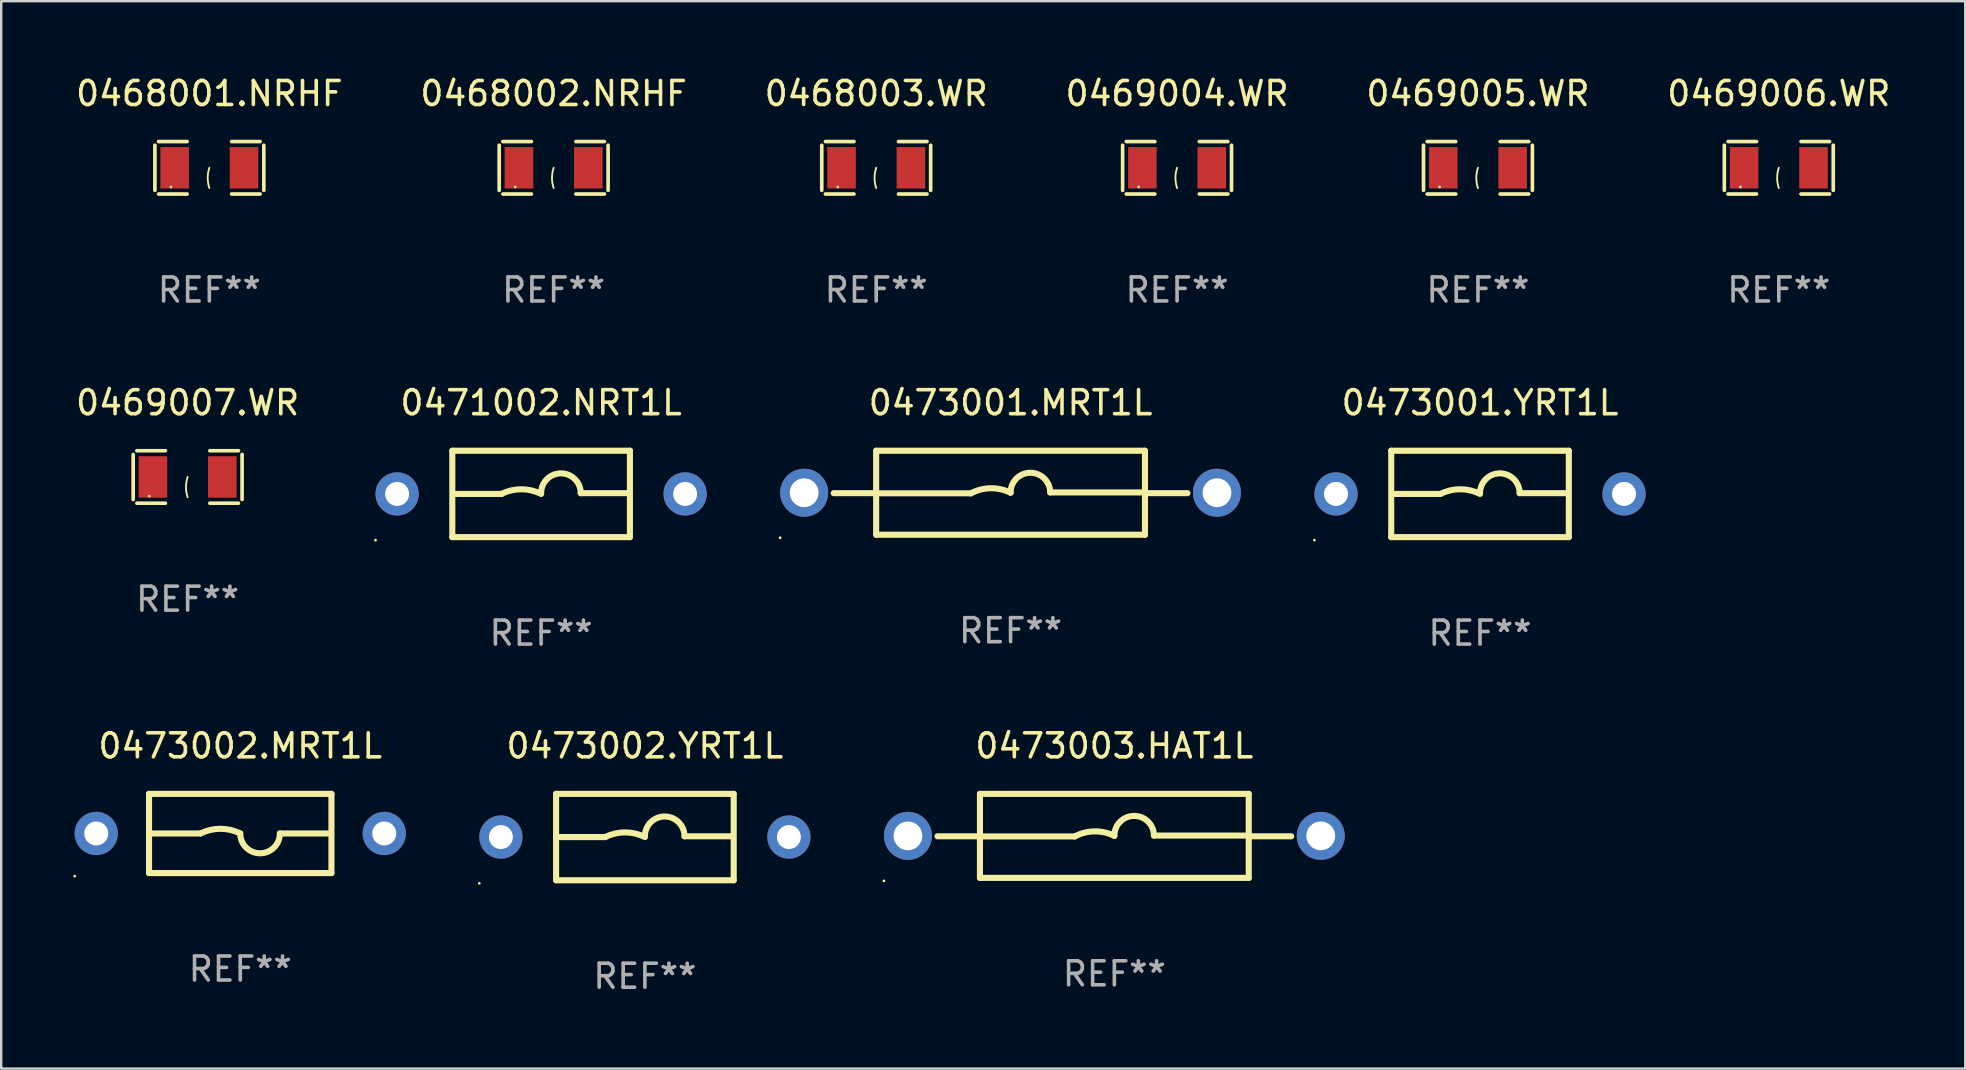
<source format=kicad_pcb>
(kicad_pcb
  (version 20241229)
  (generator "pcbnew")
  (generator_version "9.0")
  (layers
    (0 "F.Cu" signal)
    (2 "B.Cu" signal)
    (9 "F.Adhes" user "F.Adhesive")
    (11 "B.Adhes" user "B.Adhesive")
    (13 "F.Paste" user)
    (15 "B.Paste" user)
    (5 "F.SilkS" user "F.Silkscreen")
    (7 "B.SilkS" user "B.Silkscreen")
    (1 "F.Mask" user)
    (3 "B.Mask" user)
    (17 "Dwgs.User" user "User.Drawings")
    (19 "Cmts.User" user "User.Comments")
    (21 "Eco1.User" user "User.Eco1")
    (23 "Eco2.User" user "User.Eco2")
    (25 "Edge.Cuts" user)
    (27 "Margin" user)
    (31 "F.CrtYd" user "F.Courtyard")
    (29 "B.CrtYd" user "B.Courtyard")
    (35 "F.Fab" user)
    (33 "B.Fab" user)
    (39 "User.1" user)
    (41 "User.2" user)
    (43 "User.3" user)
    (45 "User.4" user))
  (footprint "0468003.WR"
    (layer "F.Cu")
    (at 33.458 3.941)
    (property "Reference" "0468003.WR" (at 0 -3.093 0) (layer "F.SilkS") (effects (font (size 1 1) (thickness 0.15))))
    (attr through_hole)
    (fp_line (start -2.269 -0.94) (end -2.269 0.94) (stroke (width 0.152) (type solid)) (layer "F.SilkS"))
    (fp_line (start -2.116 1.093) (end -0.926 1.093) (stroke (width 0.152) (type solid)) (layer "F.SilkS"))
    (fp_line (start -0.926 -1.093) (end -2.116 -1.093) (stroke (width 0.152) (type solid)) (layer "F.SilkS"))
    (fp_line (start 0.926 -1.093) (end 2.116 -1.093) (stroke (width 0.152) (type solid)) (layer "F.SilkS"))
    (fp_line (start 2.116 1.093) (end 0.926 1.093) (stroke (width 0.152) (type solid)) (layer "F.SilkS"))
    (fp_line (start 2.269 -0.94) (end 2.269 0.94) (stroke (width 0.152) (type solid)) (layer "F.SilkS"))
    (fp_arc (start 0 0.844951) (mid -0.068559 0.422475) (end 0 0) (stroke (width 0.0762) (type solid)) (layer "F.SilkS"))
    (fp_circle (center -1.6 0.8) (end -1.57 0.8) (stroke (width 0.06) (type solid)) (fill no) (layer "F.SilkS"))
    (fp_text user "REF**" (at 0 5.093 0) (layer "F.Fab") (effects (font (size 1 1) (thickness 0.15))))
    (pad "1" smd rect (at -1.445 0) (size 1.19 1.728) (layers "F.Cu" "F.Mask" "F.Paste"))
    (pad "2" smd rect (at 1.445 0) (size 1.19 1.728) (layers "F.Cu" "F.Mask" "F.Paste")))
  (footprint "0473003.HAT1L"
    (layer "F.Cu")
    (at 43.38 31.777)
    (property "Reference" "0473003.HAT1L" (at 0 -3.75 0) (layer "F.SilkS") (effects (font (size 1 1) (thickness 0.15))))
    (attr through_hole)
    (fp_line (start -5.6 0.018) (end -7.369 0.018) (stroke (width 0.254) (type solid)) (layer "F.SilkS"))
    (fp_line (start -5.6 0.024) (end -1.651 0.024) (stroke (width 0.254) (type solid)) (layer "F.SilkS"))
    (fp_line (start -5.6 1.75) (end -5.6 -1.75) (stroke (width 0.254) (type solid)) (layer "F.SilkS"))
    (fp_line (start 5.6 -1.75) (end -5.6 -1.75) (stroke (width 0.254) (type solid)) (layer "F.SilkS"))
    (fp_line (start 5.6 -1.75) (end 5.6 1.75) (stroke (width 0.254) (type solid)) (layer "F.SilkS"))
    (fp_line (start 5.6 -0.012) (end 1.651 -0.012) (stroke (width 0.254) (type solid)) (layer "F.SilkS"))
    (fp_line (start 5.6 0.018) (end 7.369 0.018) (stroke (width 0.254) (type solid)) (layer "F.SilkS"))
    (fp_line (start 5.6 1.75) (end -5.6 1.75) (stroke (width 0.254) (type solid)) (layer "F.SilkS"))
    (fp_arc (start -1.651003 0.024359) (mid -0.828434 -0.186556) (end 0 0.000001) (stroke (width 0.254001) (type solid)) (layer "F.SilkS"))
    (fp_arc (start 0.000001 -0.000001) (mid 0.819576 -0.82554) (end 1.651003 -0.011938) (stroke (width 0.254001) (type solid)) (layer "F.SilkS"))
    (fp_circle (center -9.6 1.877) (end -9.57 1.877) (stroke (width 0.06) (type solid)) (fill no) (layer "F.SilkS"))
    (fp_text user "REF**" (at 0 5.75 0) (layer "F.Fab") (effects (font (size 1 1) (thickness 0.15))))
    (pad "1" thru_hole circle (at -8.6 0) (size 2 2) (drill 1.2) (layers "*.Cu" "*.Mask"))
    (pad "2" thru_hole circle (at 8.6 0) (size 2 2) (drill 1.2) (layers "*.Cu" "*.Mask")))
  (footprint "0471002.NRT1L"
    (layer "F.Cu")
    (at 19.496 17.53)
    (property "Reference" "0471002.NRT1L" (at 0 -3.8 0) (layer "F.SilkS") (effects (font (size 1 1) (thickness 0.15))))
    (attr through_hole)
    (fp_line (start -3.7 -1.8) (end -3.7 1.8) (stroke (width 0.254) (type solid)) (layer "F.SilkS"))
    (fp_line (start -3.7 -1.8) (end 3.7 -1.8) (stroke (width 0.254) (type solid)) (layer "F.SilkS"))
    (fp_line (start -3.7 1.8) (end 3.7 1.8) (stroke (width 0.254) (type solid)) (layer "F.SilkS"))
    (fp_line (start -3.556 0) (end -1.651 0) (stroke (width 0.254) (type solid)) (layer "F.SilkS"))
    (fp_line (start 3.556 -0.032) (end 1.651 -0.032) (stroke (width 0.254) (type solid)) (layer "F.SilkS"))
    (fp_line (start 3.7 -1.8) (end 3.7 1.8) (stroke (width 0.254) (type solid)) (layer "F.SilkS"))
    (fp_arc (start -1.651003 0) (mid -0.825502 -0.194874) (end 0 0) (stroke (width 0.254001) (type solid)) (layer "F.SilkS"))
    (fp_arc (start 0.000025 -0.031699) (mid 0.825527 -0.857201) (end 1.651029 -0.031699) (stroke (width 0.254001) (type solid)) (layer "F.SilkS"))
    (fp_circle (center -6.9 1.927) (end -6.87 1.927) (stroke (width 0.06) (type solid)) (fill no) (layer "F.SilkS"))
    (fp_text user "REF**" (at 0 5.8 0) (layer "F.Fab") (effects (font (size 1 1) (thickness 0.15))))
    (pad "1" thru_hole circle (at -6 0) (size 1.8 1.8) (drill 1) (layers "*.Cu" "*.Mask"))
    (pad "2" thru_hole circle (at 6 0) (size 1.8 1.8) (drill 1) (layers "*.Cu" "*.Mask")))
  (footprint "0469004.WR"
    (layer "F.Cu")
    (at 45.994 3.941)
    (property "Reference" "0469004.WR" (at 0 -3.093 0) (layer "F.SilkS") (effects (font (size 1 1) (thickness 0.15))))
    (attr through_hole)
    (fp_line (start -2.269 -0.94) (end -2.269 0.94) (stroke (width 0.152) (type solid)) (layer "F.SilkS"))
    (fp_line (start -2.116 1.093) (end -0.926 1.093) (stroke (width 0.152) (type solid)) (layer "F.SilkS"))
    (fp_line (start -0.926 -1.093) (end -2.116 -1.093) (stroke (width 0.152) (type solid)) (layer "F.SilkS"))
    (fp_line (start 0.926 -1.093) (end 2.116 -1.093) (stroke (width 0.152) (type solid)) (layer "F.SilkS"))
    (fp_line (start 2.116 1.093) (end 0.926 1.093) (stroke (width 0.152) (type solid)) (layer "F.SilkS"))
    (fp_line (start 2.269 -0.94) (end 2.269 0.94) (stroke (width 0.152) (type solid)) (layer "F.SilkS"))
    (fp_arc (start 0 0.844951) (mid -0.068559 0.422475) (end 0 0) (stroke (width 0.0762) (type solid)) (layer "F.SilkS"))
    (fp_circle (center -1.6 0.8) (end -1.57 0.8) (stroke (width 0.06) (type solid)) (fill no) (layer "F.SilkS"))
    (fp_text user "REF**" (at 0 5.093 0) (layer "F.Fab") (effects (font (size 1 1) (thickness 0.15))))
    (pad "1" smd rect (at -1.445 0) (size 1.19 1.728) (layers "F.Cu" "F.Mask" "F.Paste"))
    (pad "2" smd rect (at 1.445 0) (size 1.19 1.728) (layers "F.Cu" "F.Mask" "F.Paste")))
  (footprint "0473002.MRT1L"
    (layer "F.Cu")
    (at 6.96 31.677)
    (property "Reference" "0473002.MRT1L" (at 0 -3.65 0) (layer "F.SilkS") (effects (font (size 1 1) (thickness 0.15))))
    (attr through_hole)
    (fp_line (start -3.8 -1.65) (end 3.8 -1.65) (stroke (width 0.254) (type solid)) (layer "F.SilkS"))
    (fp_line (start -3.8 1.65) (end -3.8 -1.65) (stroke (width 0.254) (type solid)) (layer "F.SilkS"))
    (fp_line (start -3.8 1.65) (end 3.8 1.65) (stroke (width 0.254) (type solid)) (layer "F.SilkS"))
    (fp_line (start -3.683 0) (end -1.651 0) (stroke (width 0.254) (type solid)) (layer "F.SilkS"))
    (fp_line (start 3.683 0) (end 1.651 0) (stroke (width 0.254) (type solid)) (layer "F.SilkS"))
    (fp_line (start 3.8 -1.65) (end 3.8 1.65) (stroke (width 0.254) (type solid)) (layer "F.SilkS"))
    (fp_arc (start -1.651003 0) (mid -0.825502 -0.194874) (end 0 0) (stroke (width 0.254001) (type solid)) (layer "F.SilkS"))
    (fp_arc (start 1.651003 0) (mid 0.825502 0.825501) (end 0.000001 0) (stroke (width 0.254001) (type solid)) (layer "F.SilkS"))
    (fp_circle (center -6.9 1.777) (end -6.87 1.777) (stroke (width 0.06) (type solid)) (fill no) (layer "F.SilkS"))
    (fp_text user "REF**" (at 0 5.65 0) (layer "F.Fab") (effects (font (size 1 1) (thickness 0.15))))
    (pad "1" thru_hole circle (at -6 0) (size 1.8 1.8) (drill 1) (layers "*.Cu" "*.Mask"))
    (pad "2" thru_hole circle (at 6 0) (size 1.8 1.8) (drill 1) (layers "*.Cu" "*.Mask")))
  (footprint "0473002.YRT1L"
    (layer "F.Cu")
    (at 23.82 31.827)
    (property "Reference" "0473002.YRT1L" (at 0 -3.8 0) (layer "F.SilkS") (effects (font (size 1 1) (thickness 0.15))))
    (attr through_hole)
    (fp_line (start -3.7 -1.8) (end -3.7 1.8) (stroke (width 0.254) (type solid)) (layer "F.SilkS"))
    (fp_line (start -3.7 -1.8) (end 3.7 -1.8) (stroke (width 0.254) (type solid)) (layer "F.SilkS"))
    (fp_line (start -3.7 1.8) (end 3.7 1.8) (stroke (width 0.254) (type solid)) (layer "F.SilkS"))
    (fp_line (start -3.556 0) (end -1.651 0) (stroke (width 0.254) (type solid)) (layer "F.SilkS"))
    (fp_line (start 3.556 -0.032) (end 1.651 -0.032) (stroke (width 0.254) (type solid)) (layer "F.SilkS"))
    (fp_line (start 3.7 -1.8) (end 3.7 1.8) (stroke (width 0.254) (type solid)) (layer "F.SilkS"))
    (fp_arc (start -1.651003 0) (mid -0.825502 -0.194874) (end 0 0) (stroke (width 0.254001) (type solid)) (layer "F.SilkS"))
    (fp_arc (start 0.000025 -0.031699) (mid 0.825527 -0.857201) (end 1.651029 -0.031699) (stroke (width 0.254001) (type solid)) (layer "F.SilkS"))
    (fp_circle (center -6.9 1.927) (end -6.87 1.927) (stroke (width 0.06) (type solid)) (fill no) (layer "F.SilkS"))
    (fp_text user "REF**" (at 0 5.8 0) (layer "F.Fab") (effects (font (size 1 1) (thickness 0.15))))
    (pad "1" thru_hole circle (at -6 0) (size 1.8 1.8) (drill 1) (layers "*.Cu" "*.Mask"))
    (pad "2" thru_hole circle (at 6 0) (size 1.8 1.8) (drill 1) (layers "*.Cu" "*.Mask")))
  (footprint "0469006.WR"
    (layer "F.Cu")
    (at 71.065 3.941)
    (property "Reference" "0469006.WR" (at 0 -3.093 0) (layer "F.SilkS") (effects (font (size 1 1) (thickness 0.15))))
    (attr through_hole)
    (fp_line (start -2.269 -0.94) (end -2.269 0.94) (stroke (width 0.152) (type solid)) (layer "F.SilkS"))
    (fp_line (start -2.116 1.093) (end -0.926 1.093) (stroke (width 0.152) (type solid)) (layer "F.SilkS"))
    (fp_line (start -0.926 -1.093) (end -2.116 -1.093) (stroke (width 0.152) (type solid)) (layer "F.SilkS"))
    (fp_line (start 0.926 -1.093) (end 2.116 -1.093) (stroke (width 0.152) (type solid)) (layer "F.SilkS"))
    (fp_line (start 2.116 1.093) (end 0.926 1.093) (stroke (width 0.152) (type solid)) (layer "F.SilkS"))
    (fp_line (start 2.269 -0.94) (end 2.269 0.94) (stroke (width 0.152) (type solid)) (layer "F.SilkS"))
    (fp_arc (start 0 0.844951) (mid -0.068559 0.422475) (end 0 0) (stroke (width 0.0762) (type solid)) (layer "F.SilkS"))
    (fp_circle (center -1.6 0.8) (end -1.57 0.8) (stroke (width 0.06) (type solid)) (fill no) (layer "F.SilkS"))
    (fp_text user "REF**" (at 0 5.093 0) (layer "F.Fab") (effects (font (size 1 1) (thickness 0.15))))
    (pad "1" smd rect (at -1.445 0) (size 1.19 1.728) (layers "F.Cu" "F.Mask" "F.Paste"))
    (pad "2" smd rect (at 1.445 0) (size 1.19 1.728) (layers "F.Cu" "F.Mask" "F.Paste")))
  (footprint "0468002.NRHF"
    (layer "F.Cu")
    (at 20.018 3.941)
    (property "Reference" "0468002.NRHF" (at 0 -3.093 0) (layer "F.SilkS") (effects (font (size 1 1) (thickness 0.15))))
    (attr through_hole)
    (fp_line (start -2.269 -0.94) (end -2.269 0.94) (stroke (width 0.152) (type solid)) (layer "F.SilkS"))
    (fp_line (start -2.116 1.093) (end -0.926 1.093) (stroke (width 0.152) (type solid)) (layer "F.SilkS"))
    (fp_line (start -0.926 -1.093) (end -2.116 -1.093) (stroke (width 0.152) (type solid)) (layer "F.SilkS"))
    (fp_line (start 0.926 -1.093) (end 2.116 -1.093) (stroke (width 0.152) (type solid)) (layer "F.SilkS"))
    (fp_line (start 2.116 1.093) (end 0.926 1.093) (stroke (width 0.152) (type solid)) (layer "F.SilkS"))
    (fp_line (start 2.269 -0.94) (end 2.269 0.94) (stroke (width 0.152) (type solid)) (layer "F.SilkS"))
    (fp_arc (start 0 0.844951) (mid -0.068559 0.422475) (end 0 0) (stroke (width 0.0762) (type solid)) (layer "F.SilkS"))
    (fp_circle (center -1.6 0.8) (end -1.57 0.8) (stroke (width 0.06) (type solid)) (fill no) (layer "F.SilkS"))
    (fp_text user "REF**" (at 0 5.093 0) (layer "F.Fab") (effects (font (size 1 1) (thickness 0.15))))
    (pad "1" smd rect (at -1.445 0) (size 1.19 1.728) (layers "F.Cu" "F.Mask" "F.Paste"))
    (pad "2" smd rect (at 1.445 0) (size 1.19 1.728) (layers "F.Cu" "F.Mask" "F.Paste")))
  (footprint "0473001.YRT1L"
    (layer "F.Cu")
    (at 58.616 17.53)
    (property "Reference" "0473001.YRT1L" (at 0 -3.8 0) (layer "F.SilkS") (effects (font (size 1 1) (thickness 0.15))))
    (attr through_hole)
    (fp_line (start -3.7 -1.8) (end -3.7 1.8) (stroke (width 0.254) (type solid)) (layer "F.SilkS"))
    (fp_line (start -3.7 -1.8) (end 3.7 -1.8) (stroke (width 0.254) (type solid)) (layer "F.SilkS"))
    (fp_line (start -3.7 1.8) (end 3.7 1.8) (stroke (width 0.254) (type solid)) (layer "F.SilkS"))
    (fp_line (start -3.556 0) (end -1.651 0) (stroke (width 0.254) (type solid)) (layer "F.SilkS"))
    (fp_line (start 3.556 -0.032) (end 1.651 -0.032) (stroke (width 0.254) (type solid)) (layer "F.SilkS"))
    (fp_line (start 3.7 -1.8) (end 3.7 1.8) (stroke (width 0.254) (type solid)) (layer "F.SilkS"))
    (fp_arc (start -1.651003 0) (mid -0.825502 -0.194874) (end 0 0) (stroke (width 0.254001) (type solid)) (layer "F.SilkS"))
    (fp_arc (start 0.000025 -0.031699) (mid 0.825527 -0.857201) (end 1.651029 -0.031699) (stroke (width 0.254001) (type solid)) (layer "F.SilkS"))
    (fp_circle (center -6.9 1.927) (end -6.87 1.927) (stroke (width 0.06) (type solid)) (fill no) (layer "F.SilkS"))
    (fp_text user "REF**" (at 0 5.8 0) (layer "F.Fab") (effects (font (size 1 1) (thickness 0.15))))
    (pad "1" thru_hole circle (at -6 0) (size 1.8 1.8) (drill 1) (layers "*.Cu" "*.Mask"))
    (pad "2" thru_hole circle (at 6 0) (size 1.8 1.8) (drill 1) (layers "*.Cu" "*.Mask")))
  (footprint "0469007.WR"
    (layer "F.Cu")
    (at 4.768 16.823)
    (property "Reference" "0469007.WR" (at 0 -3.093 0) (layer "F.SilkS") (effects (font (size 1 1) (thickness 0.15))))
    (attr through_hole)
    (fp_line (start -2.269 -0.94) (end -2.269 0.94) (stroke (width 0.152) (type solid)) (layer "F.SilkS"))
    (fp_line (start -2.116 1.093) (end -0.926 1.093) (stroke (width 0.152) (type solid)) (layer "F.SilkS"))
    (fp_line (start -0.926 -1.093) (end -2.116 -1.093) (stroke (width 0.152) (type solid)) (layer "F.SilkS"))
    (fp_line (start 0.926 -1.093) (end 2.116 -1.093) (stroke (width 0.152) (type solid)) (layer "F.SilkS"))
    (fp_line (start 2.116 1.093) (end 0.926 1.093) (stroke (width 0.152) (type solid)) (layer "F.SilkS"))
    (fp_line (start 2.269 -0.94) (end 2.269 0.94) (stroke (width 0.152) (type solid)) (layer "F.SilkS"))
    (fp_arc (start 0 0.844951) (mid -0.068559 0.422475) (end 0 0) (stroke (width 0.0762) (type solid)) (layer "F.SilkS"))
    (fp_circle (center -1.6 0.8) (end -1.57 0.8) (stroke (width 0.06) (type solid)) (fill no) (layer "F.SilkS"))
    (fp_text user "REF**" (at 0 5.093 0) (layer "F.Fab") (effects (font (size 1 1) (thickness 0.15))))
    (pad "1" smd rect (at -1.445 0) (size 1.19 1.728) (layers "F.Cu" "F.Mask" "F.Paste"))
    (pad "2" smd rect (at 1.445 0) (size 1.19 1.728) (layers "F.Cu" "F.Mask" "F.Paste")))
  (footprint "0468001.NRHF"
    (layer "F.Cu")
    (at 5.673 3.941)
    (property "Reference" "0468001.NRHF" (at 0 -3.093 0) (layer "F.SilkS") (effects (font (size 1 1) (thickness 0.15))))
    (attr through_hole)
    (fp_line (start -2.269 -0.94) (end -2.269 0.94) (stroke (width 0.152) (type solid)) (layer "F.SilkS"))
    (fp_line (start -2.116 1.093) (end -0.926 1.093) (stroke (width 0.152) (type solid)) (layer "F.SilkS"))
    (fp_line (start -0.926 -1.093) (end -2.116 -1.093) (stroke (width 0.152) (type solid)) (layer "F.SilkS"))
    (fp_line (start 0.926 -1.093) (end 2.116 -1.093) (stroke (width 0.152) (type solid)) (layer "F.SilkS"))
    (fp_line (start 2.116 1.093) (end 0.926 1.093) (stroke (width 0.152) (type solid)) (layer "F.SilkS"))
    (fp_line (start 2.269 -0.94) (end 2.269 0.94) (stroke (width 0.152) (type solid)) (layer "F.SilkS"))
    (fp_arc (start 0 0.844951) (mid -0.068559 0.422475) (end 0 0) (stroke (width 0.0762) (type solid)) (layer "F.SilkS"))
    (fp_circle (center -1.6 0.8) (end -1.57 0.8) (stroke (width 0.06) (type solid)) (fill no) (layer "F.SilkS"))
    (fp_text user "REF**" (at 0 5.093 0) (layer "F.Fab") (effects (font (size 1 1) (thickness 0.15))))
    (pad "1" smd rect (at -1.445 0) (size 1.19 1.728) (layers "F.Cu" "F.Mask" "F.Paste"))
    (pad "2" smd rect (at 1.445 0) (size 1.19 1.728) (layers "F.Cu" "F.Mask" "F.Paste")))
  (footprint "0469005.WR"
    (layer "F.Cu")
    (at 58.53 3.941)
    (property "Reference" "0469005.WR" (at 0 -3.093 0) (layer "F.SilkS") (effects (font (size 1 1) (thickness 0.15))))
    (attr through_hole)
    (fp_line (start -2.269 -0.94) (end -2.269 0.94) (stroke (width 0.152) (type solid)) (layer "F.SilkS"))
    (fp_line (start -2.116 1.093) (end -0.926 1.093) (stroke (width 0.152) (type solid)) (layer "F.SilkS"))
    (fp_line (start -0.926 -1.093) (end -2.116 -1.093) (stroke (width 0.152) (type solid)) (layer "F.SilkS"))
    (fp_line (start 0.926 -1.093) (end 2.116 -1.093) (stroke (width 0.152) (type solid)) (layer "F.SilkS"))
    (fp_line (start 2.116 1.093) (end 0.926 1.093) (stroke (width 0.152) (type solid)) (layer "F.SilkS"))
    (fp_line (start 2.269 -0.94) (end 2.269 0.94) (stroke (width 0.152) (type solid)) (layer "F.SilkS"))
    (fp_arc (start 0 0.844951) (mid -0.068559 0.422475) (end 0 0) (stroke (width 0.0762) (type solid)) (layer "F.SilkS"))
    (fp_circle (center -1.6 0.8) (end -1.57 0.8) (stroke (width 0.06) (type solid)) (fill no) (layer "F.SilkS"))
    (fp_text user "REF**" (at 0 5.093 0) (layer "F.Fab") (effects (font (size 1 1) (thickness 0.15))))
    (pad "1" smd rect (at -1.445 0) (size 1.19 1.728) (layers "F.Cu" "F.Mask" "F.Paste"))
    (pad "2" smd rect (at 1.445 0) (size 1.19 1.728) (layers "F.Cu" "F.Mask" "F.Paste")))
  (footprint "0473001.MRT1L"
    (layer "F.Cu")
    (at 39.056 17.48)
    (property "Reference" "0473001.MRT1L" (at 0 -3.75 0) (layer "F.SilkS") (effects (font (size 1 1) (thickness 0.15))))
    (attr through_hole)
    (fp_line (start -5.6 0.018) (end -7.369 0.018) (stroke (width 0.254) (type solid)) (layer "F.SilkS"))
    (fp_line (start -5.6 0.024) (end -1.651 0.024) (stroke (width 0.254) (type solid)) (layer "F.SilkS"))
    (fp_line (start -5.6 1.75) (end -5.6 -1.75) (stroke (width 0.254) (type solid)) (layer "F.SilkS"))
    (fp_line (start 5.6 -1.75) (end -5.6 -1.75) (stroke (width 0.254) (type solid)) (layer "F.SilkS"))
    (fp_line (start 5.6 -1.75) (end 5.6 1.75) (stroke (width 0.254) (type solid)) (layer "F.SilkS"))
    (fp_line (start 5.6 -0.012) (end 1.651 -0.012) (stroke (width 0.254) (type solid)) (layer "F.SilkS"))
    (fp_line (start 5.6 0.018) (end 7.369 0.018) (stroke (width 0.254) (type solid)) (layer "F.SilkS"))
    (fp_line (start 5.6 1.75) (end -5.6 1.75) (stroke (width 0.254) (type solid)) (layer "F.SilkS"))
    (fp_arc (start -1.651003 0.024359) (mid -0.828434 -0.186556) (end 0 0.000001) (stroke (width 0.254001) (type solid)) (layer "F.SilkS"))
    (fp_arc (start 0.000001 -0.000001) (mid 0.819576 -0.82554) (end 1.651003 -0.011938) (stroke (width 0.254001) (type solid)) (layer "F.SilkS"))
    (fp_circle (center -9.6 1.877) (end -9.57 1.877) (stroke (width 0.06) (type solid)) (fill no) (layer "F.SilkS"))
    (fp_text user "REF**" (at 0 5.75 0) (layer "F.Fab") (effects (font (size 1 1) (thickness 0.15))))
    (pad "1" thru_hole circle (at -8.6 0) (size 2 2) (drill 1.2) (layers "*.Cu" "*.Mask"))
    (pad "2" thru_hole circle (at 8.6 0) (size 2 2) (drill 1.2) (layers "*.Cu" "*.Mask")))
  (gr_rect
    (start -3 -3)
    (end 78.833 41.475)
    (stroke (width 0.1) (type default))
    (fill no)
    (layer "Edge.Cuts")))
</source>
